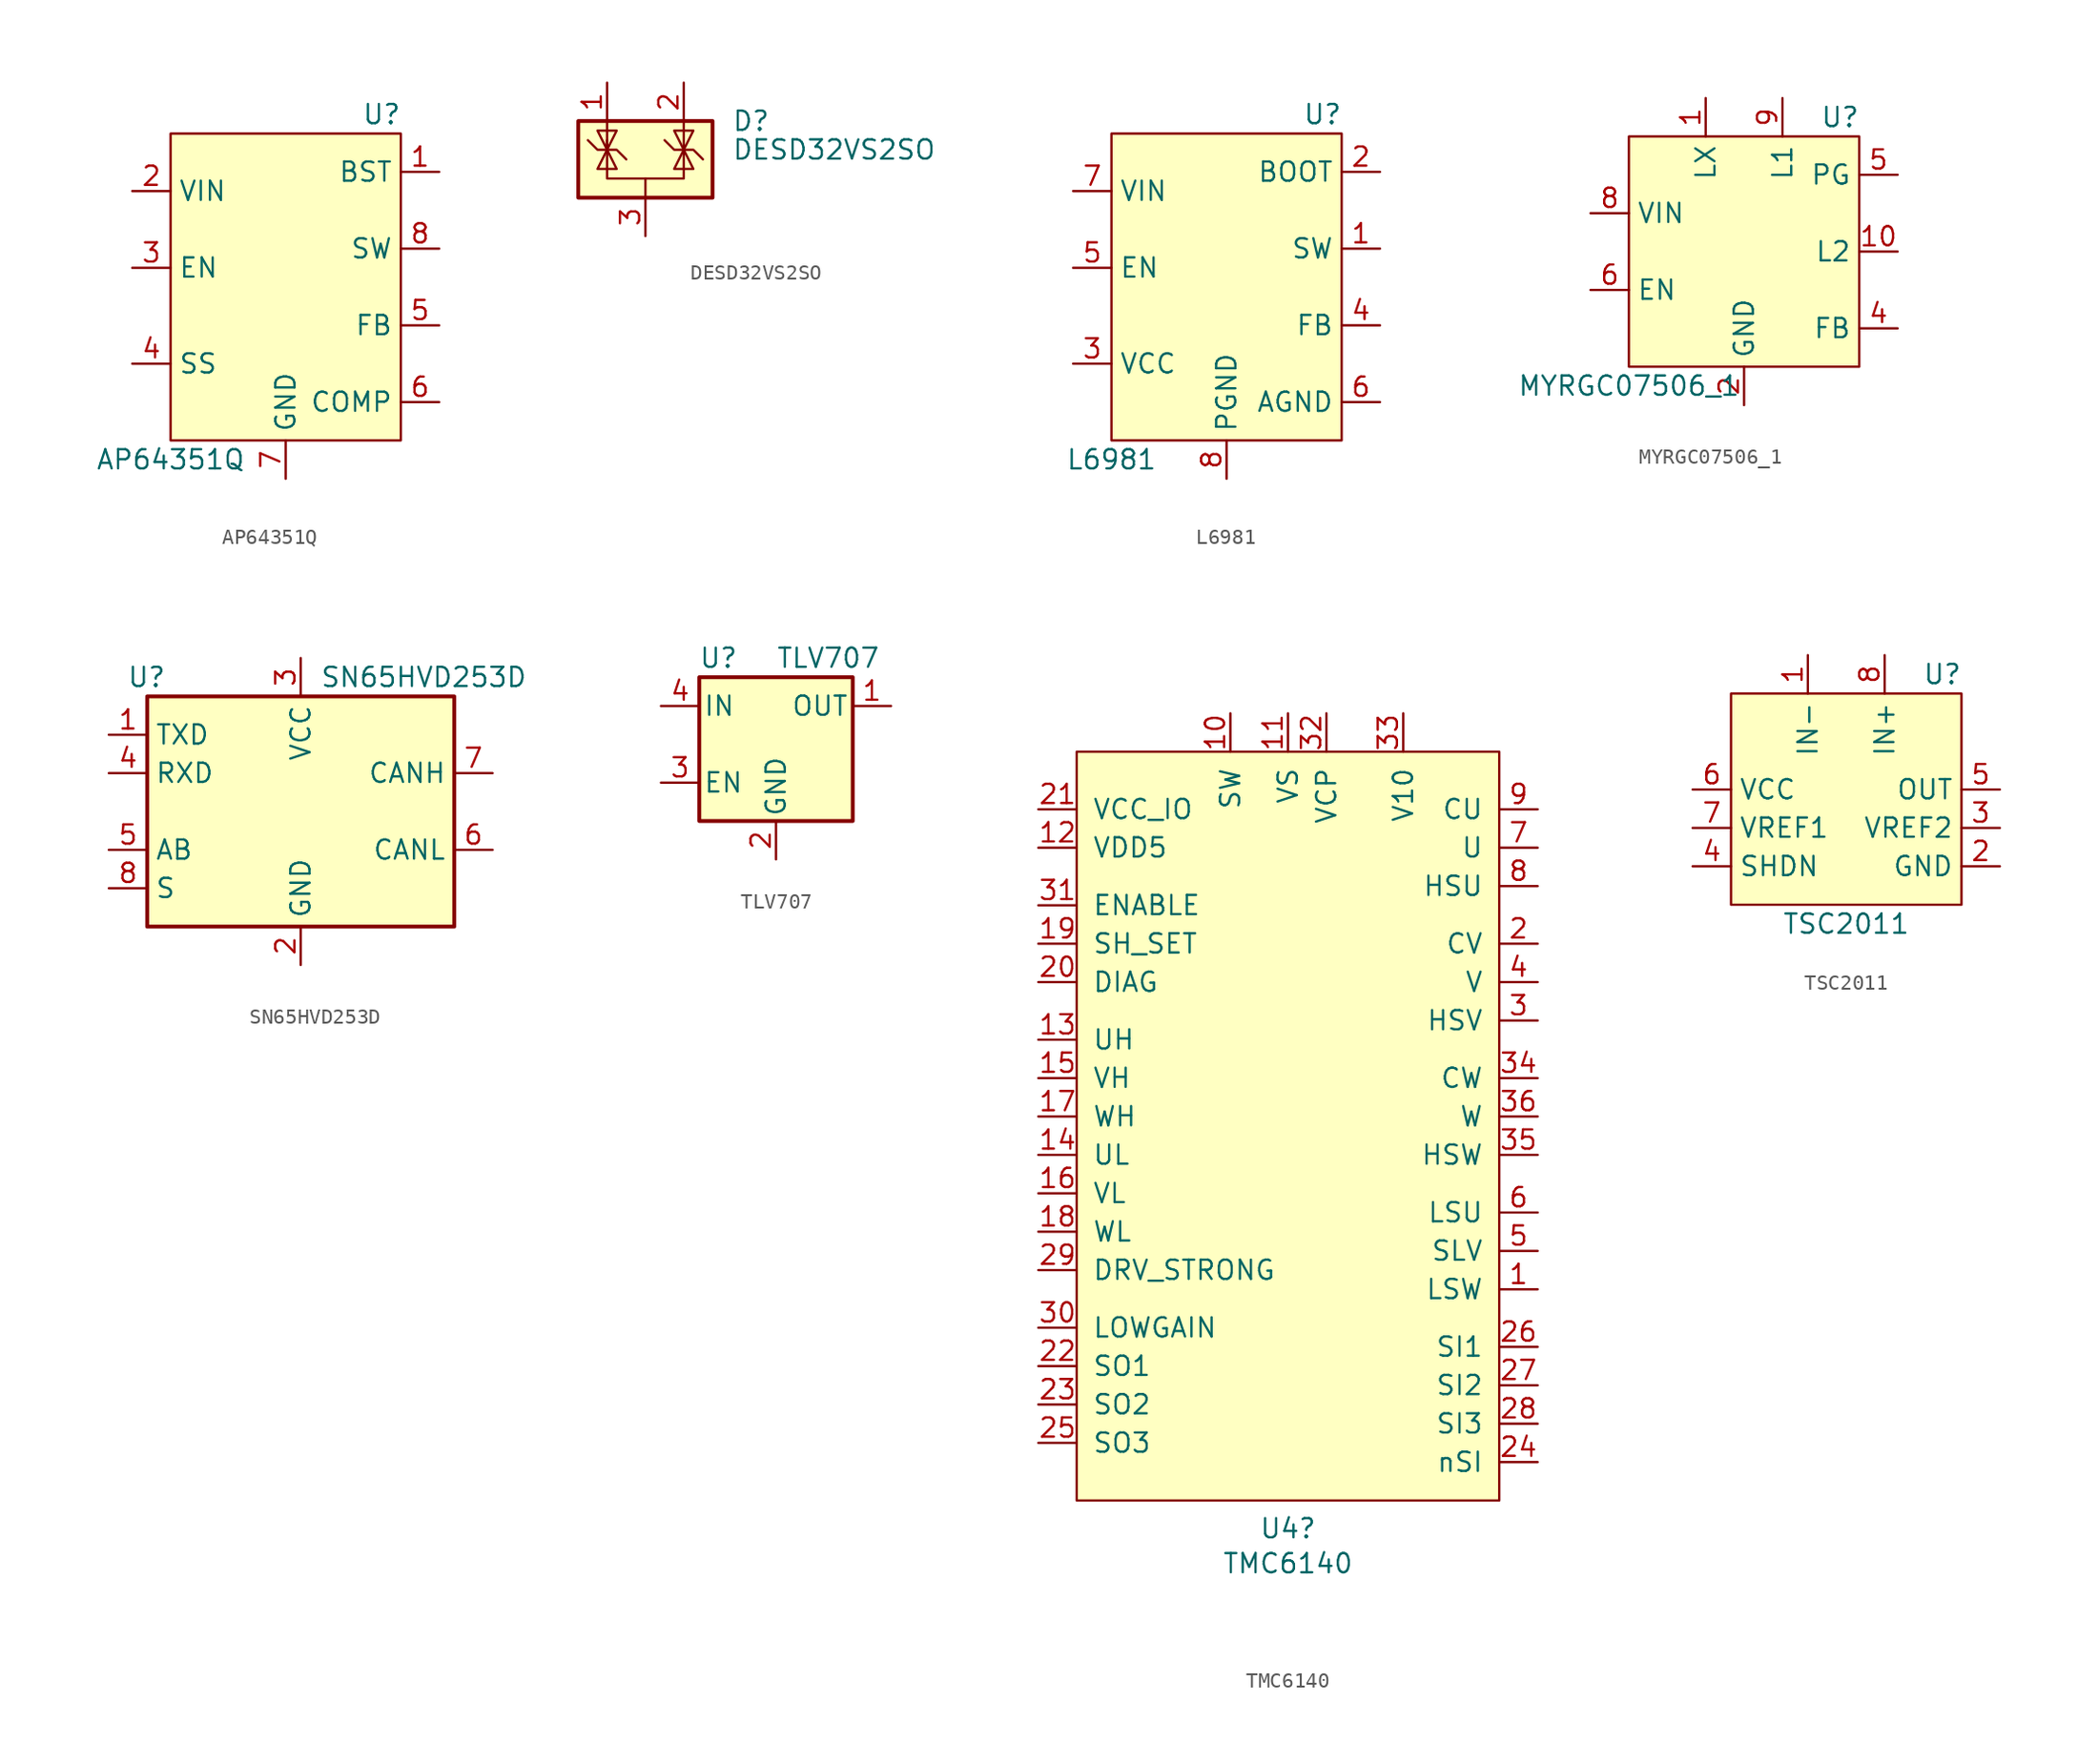
<source format=kicad_sym>
(kicad_symbol_lib
  (version 20211014)
  (generator kicad_symbol_editor)
  (symbol "AP64351Q"
    (property "Reference" "U"
      (at 6.35 11.43 0)
      (effects (font (size 1.27 1.27))))
    (property "Value" "AP64351Q"
      (at -7.62 -11.43 0)
      (effects (font (size 1.27 1.27))))
    (symbol "AP64351Q_0_1"
      (rectangle (start 7.62 10.16) (end -7.62 -10.16) (stroke (width 0.152) (type default) (color 0 0 0 0)) (fill (type background))))
    (symbol "AP64351Q_1_1"
      (pin output line (at 10.16 7.62 180) (length 2.54) (name "BST" (effects (font (size 1.27 1.27)))) (number "1" (effects (font (size 1.27 1.27)))))
      (pin power_in line (at -10.16 6.35 0) (length 2.54) (name "VIN" (effects (font (size 1.27 1.27)))) (number "2" (effects (font (size 1.27 1.27)))))
      (pin input line (at -10.16 1.27 0) (length 2.54) (name "EN" (effects (font (size 1.27 1.27)))) (number "3" (effects (font (size 1.27 1.27)))))
      (pin tri_state line (at -10.16 -5.08 0) (length 2.54) (name "SS" (effects (font (size 1.27 1.27)))) (number "4" (effects (font (size 1.27 1.27)))))
      (pin input line (at 10.16 -2.54 180) (length 2.54) (name "FB" (effects (font (size 1.27 1.27)))) (number "5" (effects (font (size 1.27 1.27)))))
      (pin output line (at 10.16 -7.62 180) (length 2.54) (name "COMP" (effects (font (size 1.27 1.27)))) (number "6" (effects (font (size 1.27 1.27)))))
      (pin power_in line (at 0 -12.7 90) (length 2.54) (name "GND" (effects (font (size 1.27 1.27)))) (number "7" (effects (font (size 1.27 1.27)))))
      (pin power_out line (at 10.16 2.54 180) (length 2.54) (name "SW" (effects (font (size 1.27 1.27)))) (number "8" (effects (font (size 1.27 1.27)))))))
  (symbol "DESD32VS2SO"
    (pin_names hide)
    (property "Reference" "D"
      (at 5.715 2.54 0)
      (effects (font (size 1.27 1.27)) (justify left)))
    (property "Value" "DESD32VS2SO"
      (at 5.715 0.635 0)
      (effects (font (size 1.27 1.27)) (justify left)))
    (symbol "DESD32VS2SO_0_0"
      (pin passive line (at 0 -5.08 90) (length 2.54) (name "A" (effects (font (size 1.27 1.27)))) (number "3" (effects (font (size 1.27 1.27))))))
    (symbol "DESD32VS2SO_0_1"
      (rectangle (start -4.445 2.54) (end 4.445 -2.54) (stroke (width 0.254) (type default) (color 0 0 0 0)) (fill (type background)))
      (polyline (pts (xy -2.54 2.54) (xy -2.54 0.635)) (stroke (width 0) (type default) (color 0 0 0 0)) (fill (type none)))
      (polyline (pts (xy 0 -1.27) (xy 0 -2.54)) (stroke (width 0) (type default) (color 0 0 0 0)) (fill (type none)))
      (polyline (pts (xy 2.54 2.54) (xy 2.54 0.635)) (stroke (width 0) (type default) (color 0 0 0 0)) (fill (type none)))
      (polyline (pts (xy -3.81 1.27) (xy -3.175 0.635) (xy -1.905 0.635) (xy -1.27 0)) (stroke (width 0) (type default) (color 0 0 0 0)) (fill (type none)))
      (polyline (pts (xy -2.54 0.635) (xy -2.54 -1.27) (xy 2.54 -1.27) (xy 2.54 0.635)) (stroke (width 0) (type default) (color 0 0 0 0)) (fill (type none)))
      (polyline (pts (xy -2.54 0.635) (xy -1.905 -0.635) (xy -3.175 -0.635) (xy -2.54 0.635)) (stroke (width 0) (type default) (color 0 0 0 0)) (fill (type none)))
      (polyline (pts (xy 2.54 0.635) (xy 1.905 -0.635) (xy 3.175 -0.635) (xy 2.54 0.635)) (stroke (width 0) (type default) (color 0 0 0 0)) (fill (type none)))
      (polyline (pts (xy 2.54 0.635) (xy 3.175 1.905) (xy 1.905 1.905) (xy 2.54 0.635)) (stroke (width 0) (type default) (color 0 0 0 0)) (fill (type none)))
      (polyline (pts (xy -2.54 0.635) (xy -3.175 1.905) (xy -1.905 1.905) (xy -2.54 0.635) (xy -2.54 1.27)) (stroke (width 0) (type default) (color 0 0 0 0)) (fill (type none)))
      (polyline (pts (xy 1.27 1.27) (xy 1.905 0.635) (xy 2.54 0.635) (xy 3.175 0.635) (xy 3.81 0)) (stroke (width 0) (type default) (color 0 0 0 0)) (fill (type none))))
    (symbol "DESD32VS2SO_1_1"
      (pin passive line (at -2.54 5.08 270) (length 2.54) (name "K" (effects (font (size 1.27 1.27)))) (number "1" (effects (font (size 1.27 1.27)))))
      (pin passive line (at 2.54 5.08 270) (length 2.54) (name "K" (effects (font (size 1.27 1.27)))) (number "2" (effects (font (size 1.27 1.27)))))))
  (symbol "L6981"
    (property "Reference" "U"
      (at 6.35 11.43 0)
      (effects (font (size 1.27 1.27))))
    (property "Value" "L6981"
      (at -7.62 -11.43 0)
      (effects (font (size 1.27 1.27))))
    (symbol "L6981_0_1"
      (rectangle (start 7.62 10.16) (end -7.62 -10.16) (stroke (width 0.152) (type default) (color 0 0 0 0)) (fill (type background))))
    (symbol "L6981_1_1"
      (pin power_out line (at 10.16 2.54 180) (length 2.54) (name "SW" (effects (font (size 1.27 1.27)))) (number "1" (effects (font (size 1.27 1.27)))))
      (pin output line (at 10.16 7.62 180) (length 2.54) (name "BOOT" (effects (font (size 1.27 1.27)))) (number "2" (effects (font (size 1.27 1.27)))))
      (pin tri_state line (at -10.16 -5.08 0) (length 2.54) (name "VCC" (effects (font (size 1.27 1.27)))) (number "3" (effects (font (size 1.27 1.27)))))
      (pin input line (at 10.16 -2.54 180) (length 2.54) (name "FB" (effects (font (size 1.27 1.27)))) (number "4" (effects (font (size 1.27 1.27)))))
      (pin input line (at -10.16 1.27 0) (length 2.54) (name "EN" (effects (font (size 1.27 1.27)))) (number "5" (effects (font (size 1.27 1.27)))))
      (pin output line (at 10.16 -7.62 180) (length 2.54) (name "AGND" (effects (font (size 1.27 1.27)))) (number "6" (effects (font (size 1.27 1.27)))))
      (pin power_in line (at -10.16 6.35 0) (length 2.54) (name "VIN" (effects (font (size 1.27 1.27)))) (number "7" (effects (font (size 1.27 1.27)))))
      (pin power_in line (at 0 -12.7 90) (length 2.54) (name "PGND" (effects (font (size 1.27 1.27)))) (number "8" (effects (font (size 1.27 1.27)))))))
  (symbol "MYRGC07506_1"
    (property "Reference" "U"
      (at 6.35 8.89 0)
      (effects (font (size 1.27 1.27))))
    (property "Value" "MYRGC07506_1"
      (at -7.62 -8.89 0)
      (effects (font (size 1.27 1.27))))
    (symbol "MYRGC07506_1_0_1"
      (rectangle (start -7.62 7.62) (end 7.62 -7.62) (stroke (width 0.152) (type default) (color 0 0 0 0)) (fill (type background))))
    (symbol "MYRGC07506_1_1_1"
      (pin power_out line (at -2.54 10.16 270) (length 2.54) (name "LX" (effects (font (size 1.27 1.27)))) (number "1" (effects (font (size 1.27 1.27)))))
      (pin power_in line (at 10.16 0 180) (length 2.54) (name "L2" (effects (font (size 1.27 1.27)))) (number "10" (effects (font (size 1.27 1.27)))))
      (pin output line (at 0 -10.16 90) (length 2.54) (name "GND" (effects (font (size 1.27 1.27)))) (number "2" (effects (font (size 1.27 1.27)))))
      (pin no_connect line (at -10.16 6.35 0) (length 2.54) hide (name "NC" (effects (font (size 1.27 1.27)))) (number "3" (effects (font (size 1.27 1.27)))))
      (pin input line (at 10.16 -5.08 180) (length 2.54) (name "FB" (effects (font (size 1.27 1.27)))) (number "4" (effects (font (size 1.27 1.27)))))
      (pin input line (at 10.16 5.08 180) (length 2.54) (name "PG" (effects (font (size 1.27 1.27)))) (number "5" (effects (font (size 1.27 1.27)))))
      (pin output line (at -10.16 -2.54 0) (length 2.54) (name "EN" (effects (font (size 1.27 1.27)))) (number "6" (effects (font (size 1.27 1.27)))))
      (pin no_connect line (at -10.16 -6.35 0) (length 2.54) hide (name "NC" (effects (font (size 1.27 1.27)))) (number "7" (effects (font (size 1.27 1.27)))))
      (pin power_in line (at -10.16 2.54 0) (length 2.54) (name "VIN" (effects (font (size 1.27 1.27)))) (number "8" (effects (font (size 1.27 1.27)))))
      (pin power_in line (at 2.54 10.16 270) (length 2.54) (name "L1" (effects (font (size 1.27 1.27)))) (number "9" (effects (font (size 1.27 1.27)))))))
  (symbol "SN65HVD253D"
    (property "Reference" "U"
      (at -8.89 8.89 0)
      (effects (font (size 1.27 1.27)) (justify right)))
    (property "Value" "SN65HVD253D"
      (at 1.27 8.89 0)
      (effects (font (size 1.27 1.27)) (justify left)))
    (symbol "SN65HVD253D_0_1"
      (rectangle (start -10.16 7.62) (end 10.16 -7.62) (stroke (width 0.254) (type default) (color 0 0 0 0)) (fill (type background))))
    (symbol "SN65HVD253D_1_1"
      (pin input line (at -12.7 5.08 0) (length 2.54) (name "TXD" (effects (font (size 1.27 1.27)))) (number "1" (effects (font (size 1.27 1.27)))))
      (pin power_in line (at 0 -10.16 90) (length 2.54) (name "GND" (effects (font (size 1.27 1.27)))) (number "2" (effects (font (size 1.27 1.27)))))
      (pin power_in line (at 0 10.16 270) (length 2.54) (name "VCC" (effects (font (size 1.27 1.27)))) (number "3" (effects (font (size 1.27 1.27)))))
      (pin output line (at -12.7 2.54 0) (length 2.54) (name "RXD" (effects (font (size 1.27 1.27)))) (number "4" (effects (font (size 1.27 1.27)))))
      (pin input line (at -12.7 -2.54 0) (length 2.54) (name "AB" (effects (font (size 1.27 1.27)))) (number "5" (effects (font (size 1.27 1.27)))))
      (pin no_connect line (at -10.16 -2.54 0) (length 2.54) hide (name "NC" (effects (font (size 1.27 1.27)))) (number "5" (effects (font (size 1.27 1.27)))))
      (pin bidirectional line (at 12.7 -2.54 180) (length 2.54) (name "CANL" (effects (font (size 1.27 1.27)))) (number "6" (effects (font (size 1.27 1.27)))))
      (pin bidirectional line (at 12.7 2.54 180) (length 2.54) (name "CANH" (effects (font (size 1.27 1.27)))) (number "7" (effects (font (size 1.27 1.27)))))
      (pin input line (at -12.7 -5.08 0) (length 2.54) (name "S" (effects (font (size 1.27 1.27)))) (number "8" (effects (font (size 1.27 1.27)))))))
  (symbol "TLV707"
    (pin_names
      (offset 0.254))
    (property "Reference" "U"
      (at -3.81 5.715 0)
      (effects (font (size 1.27 1.27))))
    (property "Value" "TLV707"
      (at 0 5.715 0)
      (effects (font (size 1.27 1.27)) (justify left)))
    (symbol "TLV707_0_1"
      (rectangle (start -5.08 4.445) (end 5.08 -5.08) (stroke (width 0.254) (type default) (color 0 0 0 0)) (fill (type background))))
    (symbol "TLV707_1_1"
      (pin power_out line (at 7.62 2.54 180) (length 2.54) (name "OUT" (effects (font (size 1.27 1.27)))) (number "1" (effects (font (size 1.27 1.27)))))
      (pin power_in line (at 0 -7.62 90) (length 2.54) (name "GND" (effects (font (size 1.27 1.27)))) (number "2" (effects (font (size 1.27 1.27)))))
      (pin input line (at -7.62 -2.54 0) (length 2.54) (name "EN" (effects (font (size 1.27 1.27)))) (number "3" (effects (font (size 1.27 1.27)))))
      (pin power_in line (at -7.62 2.54 0) (length 2.54) (name "IN" (effects (font (size 1.27 1.27)))) (number "4" (effects (font (size 1.27 1.27)))))))
  (symbol "TMC6140"
    (pin_names
      (offset 1.016))
    (property "Reference" "U4"
      (at 0 -27.254 0)
      (effects (font (size 1.27 1.27))))
    (property "Value" "TMC6140"
      (at 0 -29.566 0)
      (effects (font (size 1.27 1.27))))
    (symbol "TMC6140_0_1"
      (rectangle (start -13.97 24.13) (end 13.97 -25.4) (stroke (width 0) (type default) (color 0 0 0 0)) (fill (type background))))
    (symbol "TMC6140_1_1"
      (pin input line (at 16.51 -11.43 180) (length 2.54) (name "LSW" (effects (font (size 1.27 1.27)))) (number "1" (effects (font (size 1.27 1.27)))))
      (pin input line (at -3.81 26.67 270) (length 2.54) (name "SW" (effects (font (size 1.27 1.27)))) (number "10" (effects (font (size 1.27 1.27)))))
      (pin input line (at 0 26.67 270) (length 2.54) (name "VS" (effects (font (size 1.27 1.27)))) (number "11" (effects (font (size 1.27 1.27)))))
      (pin input line (at -16.51 17.78 0) (length 2.54) (name "VDD5" (effects (font (size 1.27 1.27)))) (number "12" (effects (font (size 1.27 1.27)))))
      (pin input line (at -16.51 5.08 0) (length 2.54) (name "UH" (effects (font (size 1.27 1.27)))) (number "13" (effects (font (size 1.27 1.27)))))
      (pin input line (at -16.51 -2.54 0) (length 2.54) (name "UL" (effects (font (size 1.27 1.27)))) (number "14" (effects (font (size 1.27 1.27)))))
      (pin input line (at -16.51 2.54 0) (length 2.54) (name "VH" (effects (font (size 1.27 1.27)))) (number "15" (effects (font (size 1.27 1.27)))))
      (pin input line (at -16.51 -5.08 0) (length 2.54) (name "VL" (effects (font (size 1.27 1.27)))) (number "16" (effects (font (size 1.27 1.27)))))
      (pin input line (at -16.51 0 0) (length 2.54) (name "WH" (effects (font (size 1.27 1.27)))) (number "17" (effects (font (size 1.27 1.27)))))
      (pin input line (at -16.51 -7.62 0) (length 2.54) (name "WL" (effects (font (size 1.27 1.27)))) (number "18" (effects (font (size 1.27 1.27)))))
      (pin input line (at -16.51 11.43 0) (length 2.54) (name "SH_SET" (effects (font (size 1.27 1.27)))) (number "19" (effects (font (size 1.27 1.27)))))
      (pin input line (at 16.51 11.43 180) (length 2.54) (name "CV" (effects (font (size 1.27 1.27)))) (number "2" (effects (font (size 1.27 1.27)))))
      (pin input line (at -16.51 8.89 0) (length 2.54) (name "DIAG" (effects (font (size 1.27 1.27)))) (number "20" (effects (font (size 1.27 1.27)))))
      (pin input line (at -16.51 20.32 0) (length 2.54) (name "VCC_IO" (effects (font (size 1.27 1.27)))) (number "21" (effects (font (size 1.27 1.27)))))
      (pin input line (at -16.51 -16.51 0) (length 2.54) (name "SO1" (effects (font (size 1.27 1.27)))) (number "22" (effects (font (size 1.27 1.27)))))
      (pin input line (at -16.51 -19.05 0) (length 2.54) (name "SO2" (effects (font (size 1.27 1.27)))) (number "23" (effects (font (size 1.27 1.27)))))
      (pin input line (at 16.51 -22.86 180) (length 2.54) (name "nSI" (effects (font (size 1.27 1.27)))) (number "24" (effects (font (size 1.27 1.27)))))
      (pin input line (at -16.51 -21.59 0) (length 2.54) (name "SO3" (effects (font (size 1.27 1.27)))) (number "25" (effects (font (size 1.27 1.27)))))
      (pin input line (at 16.51 -15.24 180) (length 2.54) (name "SI1" (effects (font (size 1.27 1.27)))) (number "26" (effects (font (size 1.27 1.27)))))
      (pin input line (at 16.51 -17.78 180) (length 2.54) (name "SI2" (effects (font (size 1.27 1.27)))) (number "27" (effects (font (size 1.27 1.27)))))
      (pin input line (at 16.51 -20.32 180) (length 2.54) (name "SI3" (effects (font (size 1.27 1.27)))) (number "28" (effects (font (size 1.27 1.27)))))
      (pin input line (at -16.51 -10.16 0) (length 2.54) (name "DRV_STRONG" (effects (font (size 1.27 1.27)))) (number "29" (effects (font (size 1.27 1.27)))))
      (pin input line (at 16.51 6.35 180) (length 2.54) (name "HSV" (effects (font (size 1.27 1.27)))) (number "3" (effects (font (size 1.27 1.27)))))
      (pin input line (at -16.51 -13.97 0) (length 2.54) (name "LOWGAIN" (effects (font (size 1.27 1.27)))) (number "30" (effects (font (size 1.27 1.27)))))
      (pin input line (at -16.51 13.97 0) (length 2.54) (name "ENABLE" (effects (font (size 1.27 1.27)))) (number "31" (effects (font (size 1.27 1.27)))))
      (pin input line (at 2.54 26.67 270) (length 2.54) (name "VCP" (effects (font (size 1.27 1.27)))) (number "32" (effects (font (size 1.27 1.27)))))
      (pin input line (at 7.62 26.67 270) (length 2.54) (name "V10" (effects (font (size 1.27 1.27)))) (number "33" (effects (font (size 1.27 1.27)))))
      (pin input line (at 16.51 2.54 180) (length 2.54) (name "CW" (effects (font (size 1.27 1.27)))) (number "34" (effects (font (size 1.27 1.27)))))
      (pin input line (at 16.51 -2.54 180) (length 2.54) (name "HSW" (effects (font (size 1.27 1.27)))) (number "35" (effects (font (size 1.27 1.27)))))
      (pin input line (at 16.51 0 180) (length 2.54) (name "W" (effects (font (size 1.27 1.27)))) (number "36" (effects (font (size 1.27 1.27)))))
      (pin input line (at 16.51 8.89 180) (length 2.54) (name "V" (effects (font (size 1.27 1.27)))) (number "4" (effects (font (size 1.27 1.27)))))
      (pin input line (at 16.51 -8.89 180) (length 2.54) (name "SLV" (effects (font (size 1.27 1.27)))) (number "5" (effects (font (size 1.27 1.27)))))
      (pin input line (at 16.51 -6.35 180) (length 2.54) (name "LSU" (effects (font (size 1.27 1.27)))) (number "6" (effects (font (size 1.27 1.27)))))
      (pin input line (at 16.51 17.78 180) (length 2.54) (name "U" (effects (font (size 1.27 1.27)))) (number "7" (effects (font (size 1.27 1.27)))))
      (pin input line (at 16.51 15.24 180) (length 2.54) (name "HSU" (effects (font (size 1.27 1.27)))) (number "8" (effects (font (size 1.27 1.27)))))
      (pin input line (at 16.51 20.32 180) (length 2.54) (name "CU" (effects (font (size 1.27 1.27)))) (number "9" (effects (font (size 1.27 1.27)))))))
  (symbol "TSC2011"
    (property "Reference" "U"
      (at 6.35 5.08 0)
      (effects (font (size 1.27 1.27))))
    (property "Value" "TSC2011"
      (at 0 -11.43 0)
      (effects (font (size 1.27 1.27))))
    (symbol "TSC2011_0_1"
      (rectangle (start -7.62 3.81) (end 7.62 -10.16) (stroke (width 0.152) (type default) (color 0 0 0 0)) (fill (type background))))
    (symbol "TSC2011_1_1"
      (pin input line (at -2.54 6.35 270) (length 2.54) (name "IN-" (effects (font (size 1.27 1.27)))) (number "1" (effects (font (size 1.27 1.27)))))
      (pin input line (at 10.16 -7.62 180) (length 2.54) (name "GND" (effects (font (size 1.27 1.27)))) (number "2" (effects (font (size 1.27 1.27)))))
      (pin input line (at 10.16 -5.08 180) (length 2.54) (name "VREF2" (effects (font (size 1.27 1.27)))) (number "3" (effects (font (size 1.27 1.27)))))
      (pin input line (at -10.16 -7.62 0) (length 2.54) (name "SHDN" (effects (font (size 1.27 1.27)))) (number "4" (effects (font (size 1.27 1.27)))))
      (pin input line (at 10.16 -2.54 180) (length 2.54) (name "OUT" (effects (font (size 1.27 1.27)))) (number "5" (effects (font (size 1.27 1.27)))))
      (pin input line (at -10.16 -2.54 0) (length 2.54) (name "VCC" (effects (font (size 1.27 1.27)))) (number "6" (effects (font (size 1.27 1.27)))))
      (pin input line (at -10.16 -5.08 0) (length 2.54) (name "VREF1" (effects (font (size 1.27 1.27)))) (number "7" (effects (font (size 1.27 1.27)))))
      (pin input line (at 2.54 6.35 270) (length 2.54) (name "IN+" (effects (font (size 1.27 1.27)))) (number "8" (effects (font (size 1.27 1.27))))))))
</source>
